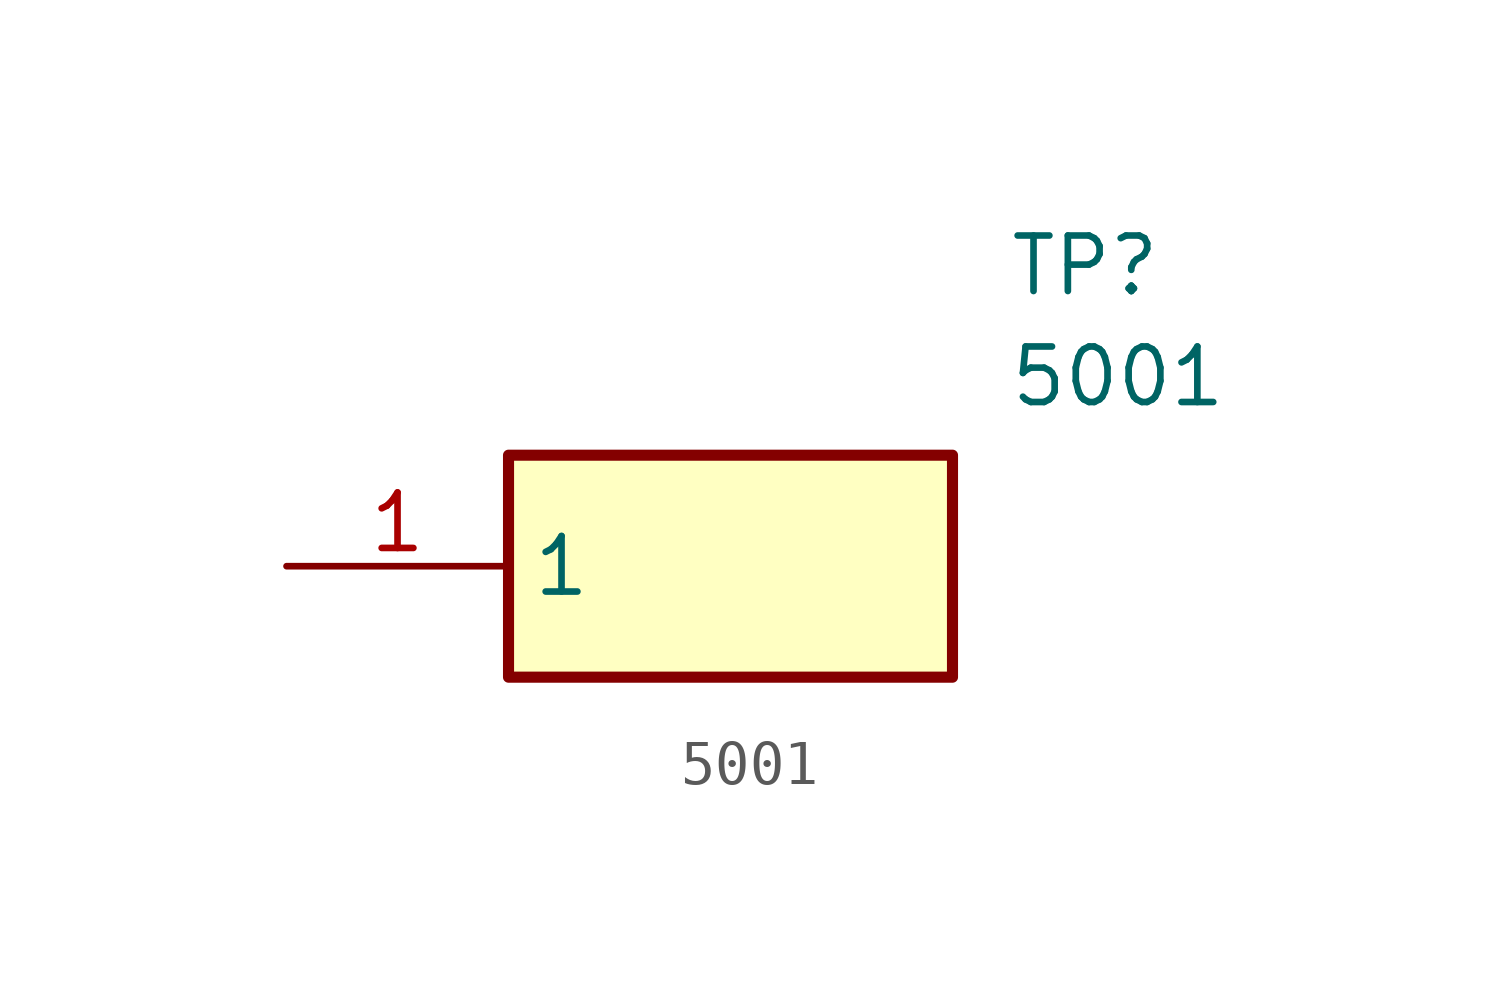
<source format=kicad_sym>
(kicad_symbol_lib
  (version 20211014)
  (generator SamacSys_ECAD_Model)
  (symbol "5001"
    (property "Reference" "TP"
      (at 16.51 7.62 0)
      (effects (font (size 1.27 1.27)) (justify left top)))
    (property "Value" "5001"
      (at 16.51 5.08 0)
      (effects (font (size 1.27 1.27)) (justify left top)))
    (rectangle
      (start 5.08 2.54)
      (end 15.24 -2.54)
      (stroke (width 0.254) (type default))
      (fill (type background)))
    (pin passive line
      (at 0 0 0)
      (length 5.08)
      (name "1" (effects (font (size 1.27 1.27))))
      (number "1" (effects (font (size 1.27 1.27)))))))
</source>
